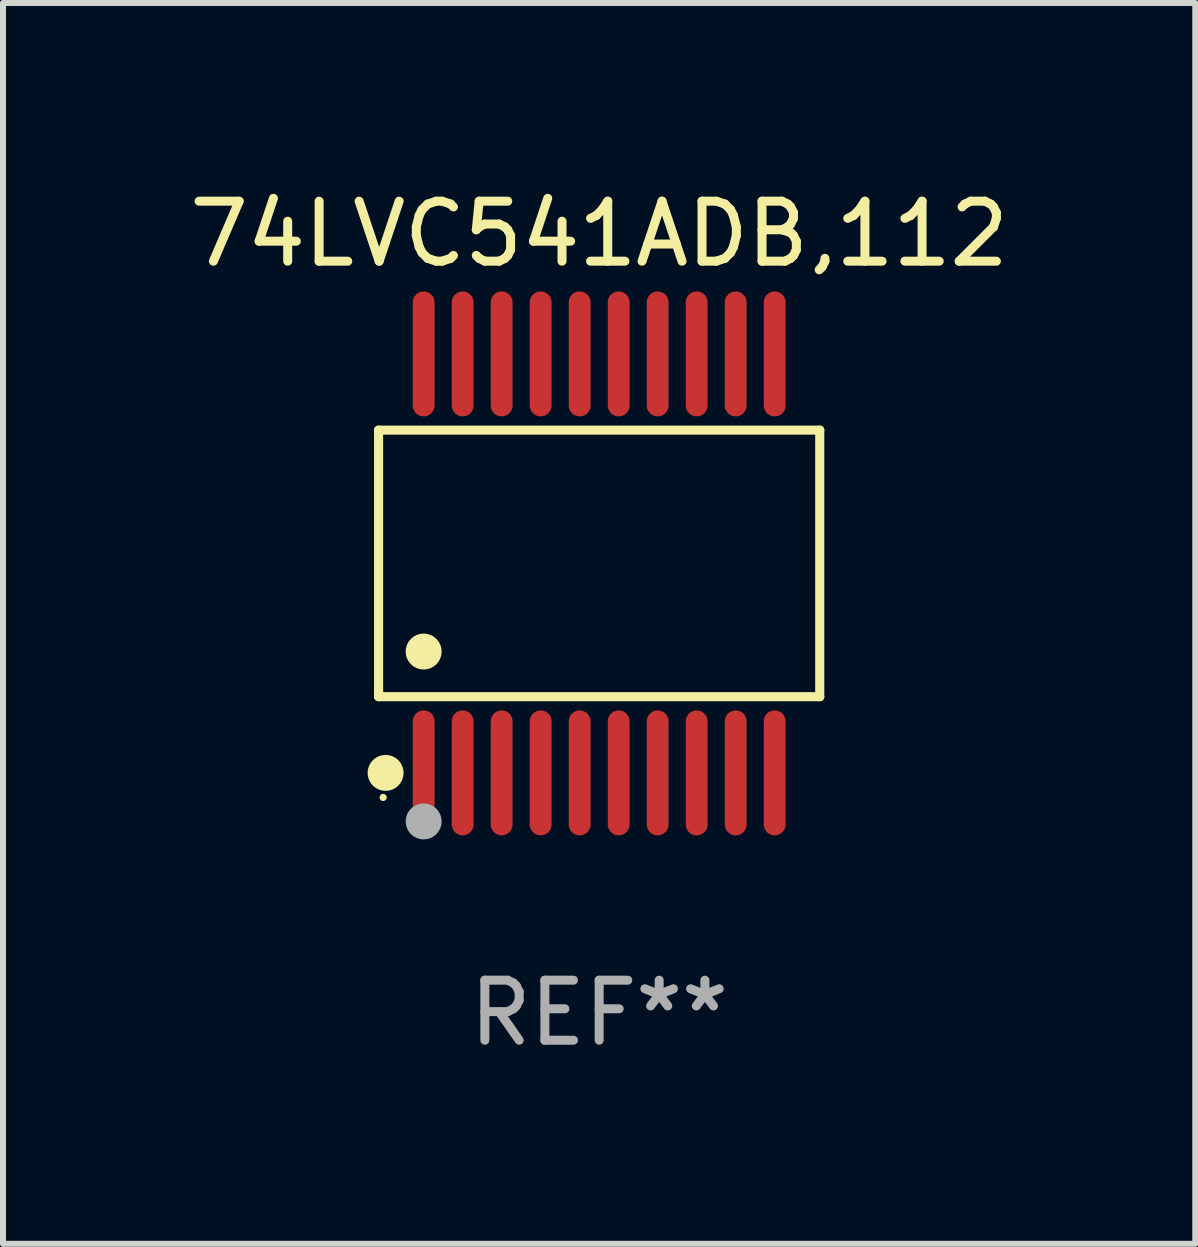
<source format=kicad_pcb>
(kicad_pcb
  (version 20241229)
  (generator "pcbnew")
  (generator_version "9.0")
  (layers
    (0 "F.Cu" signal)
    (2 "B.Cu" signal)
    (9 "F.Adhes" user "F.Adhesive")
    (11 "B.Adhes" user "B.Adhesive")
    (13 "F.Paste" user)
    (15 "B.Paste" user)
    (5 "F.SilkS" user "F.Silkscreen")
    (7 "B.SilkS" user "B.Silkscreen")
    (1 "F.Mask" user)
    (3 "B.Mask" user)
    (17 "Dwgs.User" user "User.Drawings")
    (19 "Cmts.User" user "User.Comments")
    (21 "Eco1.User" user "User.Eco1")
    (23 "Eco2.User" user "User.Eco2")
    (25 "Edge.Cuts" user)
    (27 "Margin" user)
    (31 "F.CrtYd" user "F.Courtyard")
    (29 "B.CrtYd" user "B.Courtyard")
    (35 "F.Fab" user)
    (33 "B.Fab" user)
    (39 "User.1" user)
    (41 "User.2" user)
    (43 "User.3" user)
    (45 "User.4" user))
  (footprint "74LVC541ADB,112"
    (layer "F.Cu")
    (at 6.935 6.339)
    (property "Reference" "74LVC541ADB,112" (at 0 -5.491 0) (layer "F.SilkS") (effects (font (size 1 1) (thickness 0.15))))
    (attr through_hole)
    (fp_line (start -3.676 -2.221) (end 3.676 -2.221) (stroke (width 0.152) (type solid)) (layer "F.SilkS"))
    (fp_line (start -3.676 2.221) (end -3.676 -2.221) (stroke (width 0.152) (type solid)) (layer "F.SilkS"))
    (fp_line (start 3.676 -2.221) (end 3.676 2.221) (stroke (width 0.152) (type solid)) (layer "F.SilkS"))
    (fp_line (start 3.676 2.221) (end -3.676 2.221) (stroke (width 0.152) (type solid)) (layer "F.SilkS"))
    (fp_circle (center -3.6 3.9) (end -3.57 3.9) (stroke (width 0.06) (type solid)) (fill no) (layer "F.SilkS"))
    (fp_circle (center -3.559 3.491) (end -3.409 3.491) (stroke (width 0.3) (type solid)) (fill no) (layer "F.SilkS"))
    (fp_circle (center -2.925 1.469) (end -2.775 1.469) (stroke (width 0.3) (type solid)) (fill no) (layer "F.SilkS"))
    (fp_circle (center -2.925 4.3) (end -2.775 4.3) (stroke (width 0.3) (type solid)) (fill no) (layer "F.Fab"))
    (fp_text user "REF**" (at 0 7.491 0) (layer "F.Fab") (effects (font (size 1 1) (thickness 0.15))))
    (pad "1" smd oval (at -2.925 3.491) (size 0.364 2.082) (layers "F.Cu" "F.Mask" "F.Paste"))
    (pad "2" smd oval (at -2.275 3.491) (size 0.364 2.082) (layers "F.Cu" "F.Mask" "F.Paste"))
    (pad "3" smd oval (at -1.625 3.491) (size 0.364 2.082) (layers "F.Cu" "F.Mask" "F.Paste"))
    (pad "4" smd oval (at -0.975 3.491) (size 0.364 2.082) (layers "F.Cu" "F.Mask" "F.Paste"))
    (pad "5" smd oval (at -0.325 3.491) (size 0.364 2.082) (layers "F.Cu" "F.Mask" "F.Paste"))
    (pad "6" smd oval (at 0.325 3.491) (size 0.364 2.082) (layers "F.Cu" "F.Mask" "F.Paste"))
    (pad "7" smd oval (at 0.975 3.491) (size 0.364 2.082) (layers "F.Cu" "F.Mask" "F.Paste"))
    (pad "8" smd oval (at 1.625 3.491) (size 0.364 2.082) (layers "F.Cu" "F.Mask" "F.Paste"))
    (pad "9" smd oval (at 2.275 3.491) (size 0.364 2.082) (layers "F.Cu" "F.Mask" "F.Paste"))
    (pad "10" smd oval (at 2.925 3.491) (size 0.364 2.082) (layers "F.Cu" "F.Mask" "F.Paste"))
    (pad "11" smd oval (at 2.925 -3.491) (size 0.364 2.082) (layers "F.Cu" "F.Mask" "F.Paste"))
    (pad "12" smd oval (at 2.275 -3.491) (size 0.364 2.082) (layers "F.Cu" "F.Mask" "F.Paste"))
    (pad "13" smd oval (at 1.625 -3.491) (size 0.364 2.082) (layers "F.Cu" "F.Mask" "F.Paste"))
    (pad "14" smd oval (at 0.975 -3.491) (size 0.364 2.082) (layers "F.Cu" "F.Mask" "F.Paste"))
    (pad "15" smd oval (at 0.325 -3.491) (size 0.364 2.082) (layers "F.Cu" "F.Mask" "F.Paste"))
    (pad "16" smd oval (at -0.325 -3.491) (size 0.364 2.082) (layers "F.Cu" "F.Mask" "F.Paste"))
    (pad "17" smd oval (at -0.975 -3.491) (size 0.364 2.082) (layers "F.Cu" "F.Mask" "F.Paste"))
    (pad "18" smd oval (at -1.625 -3.491) (size 0.364 2.082) (layers "F.Cu" "F.Mask" "F.Paste"))
    (pad "19" smd oval (at -2.275 -3.491) (size 0.364 2.082) (layers "F.Cu" "F.Mask" "F.Paste"))
    (pad "20" smd oval (at -2.925 -3.491) (size 0.364 2.082) (layers "F.Cu" "F.Mask" "F.Paste")))
  (gr_rect
    (start -3 -3)
    (end 16.869 17.678)
    (stroke (width 0.1) (type default))
    (fill no)
    (layer "Edge.Cuts")))
</source>
